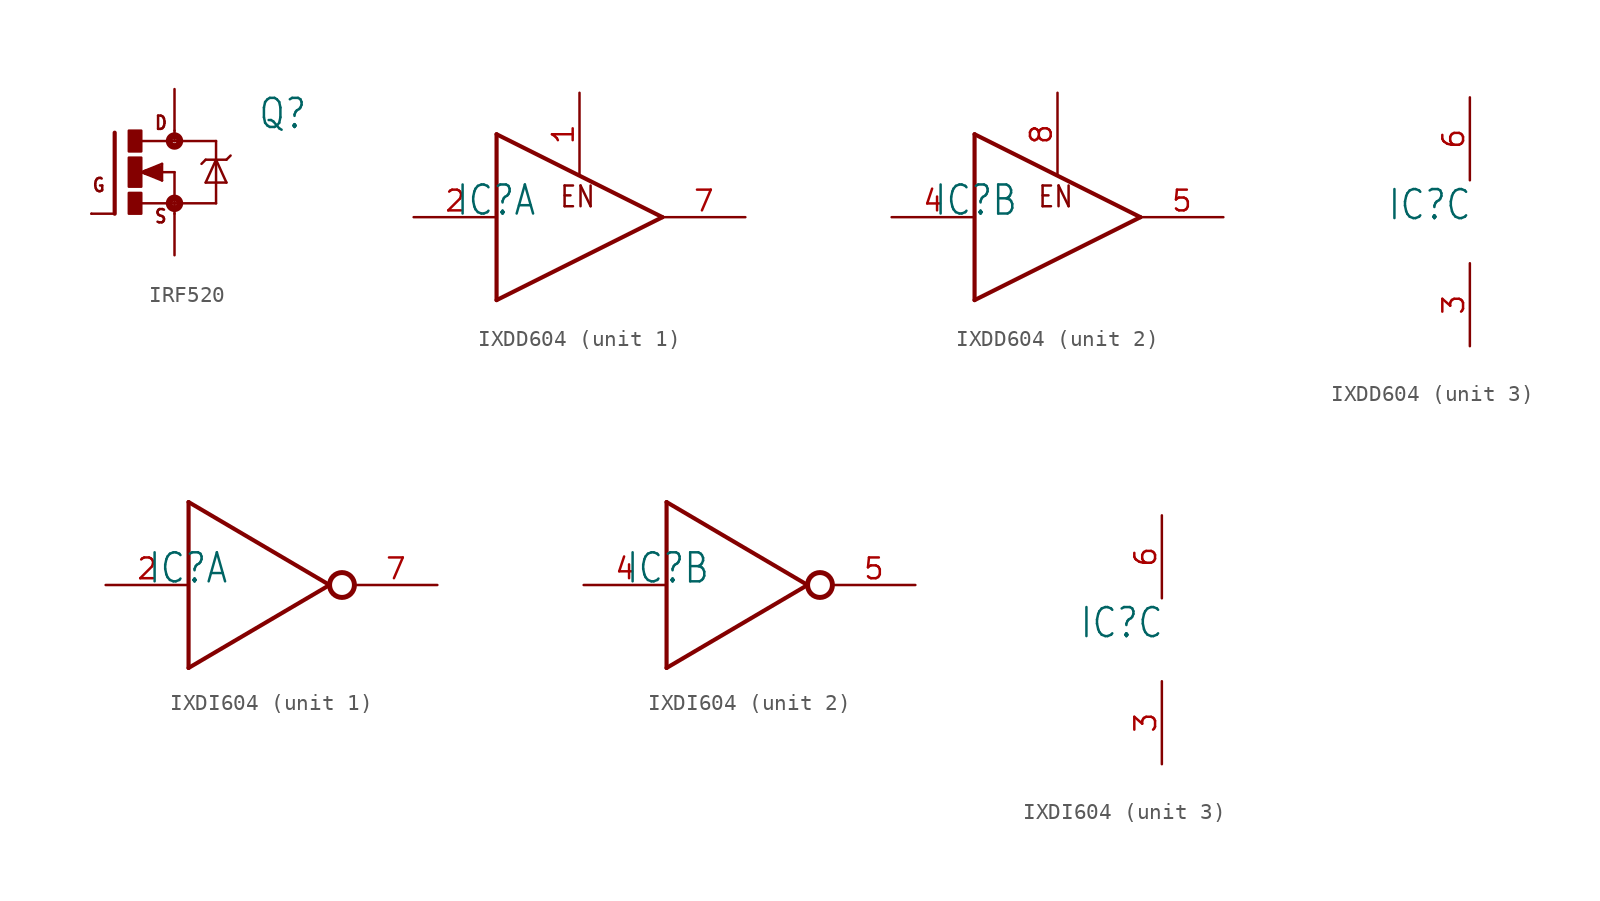
<source format=kicad_sym>
(kicad_symbol_lib
  (version 20231120)
  (generator "kicad_symbol_editor")
  (generator_version "8.0")
  (symbol "IRF520"
    (property "Reference" "Q"
      (at 7.62 2.54 0)
      (effects (font (size 1.778 1.511)) (justify left bottom)))
    (property "Value" ""
      (at 7.62 0 0)
      (effects (font (size 1.778 1.511)) (justify left bottom)))
    (property "ki_locked" ""
      (at 0 0 0)
      (effects (font (size 1.27 1.27))))
    (symbol "IRF520_1_0"
      (rectangle (start -0.254 -2.54) (end 0.508 -1.27) (stroke (width 0) (type default)) (fill (type outline)))
      (rectangle (start -0.254 -0.889) (end 0.508 0.889) (stroke (width 0) (type default)) (fill (type outline)))
      (rectangle (start -0.254 1.27) (end 0.508 2.54) (stroke (width 0) (type default)) (fill (type outline)))
      (polyline (pts (xy -1.118 -2.54) (xy -2.54 -2.54)) (stroke (width 0.152) (type solid)) (fill (type none)))
      (polyline (pts (xy -1.118 2.413) (xy -1.118 -2.54)) (stroke (width 0.254) (type solid)) (fill (type none)))
      (polyline (pts (xy 0.508 -1.905) (xy 2.54 -1.905)) (stroke (width 0.152) (type solid)) (fill (type none)))
      (polyline (pts (xy 0.508 0) (xy 1.778 -0.508)) (stroke (width 0.152) (type solid)) (fill (type none)))
      (polyline (pts (xy 0.762 0) (xy 1.651 -0.254)) (stroke (width 0.305) (type solid)) (fill (type none)))
      (polyline (pts (xy 1.651 -0.254) (xy 1.651 0)) (stroke (width 0.305) (type solid)) (fill (type none)))
      (polyline (pts (xy 1.651 0) (xy 1.397 0)) (stroke (width 0.305) (type solid)) (fill (type none)))
      (polyline (pts (xy 1.651 0) (xy 2.54 0)) (stroke (width 0.152) (type solid)) (fill (type none)))
      (polyline (pts (xy 1.651 0.254) (xy 0.762 0)) (stroke (width 0.305) (type solid)) (fill (type none)))
      (polyline (pts (xy 1.778 -0.508) (xy 1.778 0.508)) (stroke (width 0.152) (type solid)) (fill (type none)))
      (polyline (pts (xy 1.778 0.508) (xy 0.508 0)) (stroke (width 0.152) (type solid)) (fill (type none)))
      (polyline (pts (xy 2.54 -1.905) (xy 2.54 -2.54)) (stroke (width 0.152) (type solid)) (fill (type none)))
      (polyline (pts (xy 2.54 0) (xy 2.54 -1.905)) (stroke (width 0.152) (type solid)) (fill (type none)))
      (polyline (pts (xy 2.54 1.905) (xy 0.533 1.905)) (stroke (width 0.152) (type solid)) (fill (type none)))
      (polyline (pts (xy 2.54 1.905) (xy 5.08 1.905)) (stroke (width 0.152) (type solid)) (fill (type none)))
      (polyline (pts (xy 2.54 2.54) (xy 2.54 1.905)) (stroke (width 0.152) (type solid)) (fill (type none)))
      (polyline (pts (xy 4.445 -0.635) (xy 5.715 -0.635)) (stroke (width 0.152) (type solid)) (fill (type none)))
      (polyline (pts (xy 4.445 0.762) (xy 4.191 0.508)) (stroke (width 0.152) (type solid)) (fill (type none)))
      (polyline (pts (xy 4.445 0.762) (xy 5.08 0.762)) (stroke (width 0.152) (type solid)) (fill (type none)))
      (polyline (pts (xy 5.08 -1.905) (xy 2.54 -1.905)) (stroke (width 0.152) (type solid)) (fill (type none)))
      (polyline (pts (xy 5.08 0.762) (xy 4.445 -0.635)) (stroke (width 0.152) (type solid)) (fill (type none)))
      (polyline (pts (xy 5.08 0.762) (xy 5.08 -1.905)) (stroke (width 0.152) (type solid)) (fill (type none)))
      (polyline (pts (xy 5.08 0.762) (xy 5.715 0.762)) (stroke (width 0.152) (type solid)) (fill (type none)))
      (polyline (pts (xy 5.08 1.905) (xy 5.08 0.762)) (stroke (width 0.152) (type solid)) (fill (type none)))
      (polyline (pts (xy 5.715 -0.635) (xy 5.08 0.762)) (stroke (width 0.152) (type solid)) (fill (type none)))
      (polyline (pts (xy 5.715 0.762) (xy 5.969 1.016)) (stroke (width 0.152) (type solid)) (fill (type none)))
      (circle (center 2.54 -1.905) (radius 0.127) (stroke (width 0.406) (type solid)) (fill (type none)))
      (circle (center 2.54 1.905) (radius 0.127) (stroke (width 0.406) (type solid)) (fill (type none)))
      (text "D" (at 1.27 2.54 0) (effects (font (size 0.813 0.691)) (justify left bottom)))
      (text "G" (at -2.54 -1.27 0) (effects (font (size 0.813 0.691)) (justify left bottom)))
      (text "S" (at 1.27 -3.175 0) (effects (font (size 0.813 0.691)) (justify left bottom)))
      (pin passive line (at 2.54 5.08 270) (length 2.54) (name "D" (effects (font (size 0 0)))) (number "D" (effects (font (size 0 0)))))
      (pin passive line (at -2.54 -2.54 0) (length 0) (name "G" (effects (font (size 0 0)))) (number "G" (effects (font (size 0 0)))))
      (pin passive line (at 2.54 -5.08 90) (length 2.54) (name "S" (effects (font (size 0 0)))) (number "S" (effects (font (size 0 0)))))))
  (symbol "IXDD604"
    (property "Reference" "IC"
      (at -5.08 0 0)
      (effects (font (size 1.778 1.511)) (justify left bottom)))
    (property "ki_locked" ""
      (at 0 0 0)
      (effects (font (size 1.27 1.27))))
    (symbol "IXDD604_1_0"
      (polyline (pts (xy -2.54 -5.08) (xy 7.62 0)) (stroke (width 0.254) (type solid)) (fill (type none)))
      (polyline (pts (xy -2.54 5.08) (xy -2.54 -5.08)) (stroke (width 0.254) (type solid)) (fill (type none)))
      (polyline (pts (xy 7.62 0) (xy -2.54 5.08)) (stroke (width 0.254) (type solid)) (fill (type none)))
      (text "EN" (at 1.27 0.508 0) (effects (font (size 1.27 1.079)) (justify left bottom)))
      (pin bidirectional line (at 2.54 7.62 270) (length 5.08) (name "ENA" (effects (font (size 0 0)))) (number "1" (effects (font (size 1.27 1.27)))))
      (pin bidirectional line (at -7.62 0 0) (length 5.08) (name "IN" (effects (font (size 0 0)))) (number "2" (effects (font (size 1.27 1.27)))))
      (pin bidirectional line (at 12.7 0 180) (length 5.08) (name "OUT" (effects (font (size 0 0)))) (number "7" (effects (font (size 1.27 1.27))))))
    (symbol "IXDD604_2_0"
      (polyline (pts (xy -2.54 -5.08) (xy 7.62 0)) (stroke (width 0.254) (type solid)) (fill (type none)))
      (polyline (pts (xy -2.54 5.08) (xy -2.54 -5.08)) (stroke (width 0.254) (type solid)) (fill (type none)))
      (polyline (pts (xy 7.62 0) (xy -2.54 5.08)) (stroke (width 0.254) (type solid)) (fill (type none)))
      (text "EN" (at 1.27 0.508 0) (effects (font (size 1.27 1.079)) (justify left bottom)))
      (pin bidirectional line (at -7.62 0 0) (length 5.08) (name "IN" (effects (font (size 0 0)))) (number "4" (effects (font (size 1.27 1.27)))))
      (pin bidirectional line (at 12.7 0 180) (length 5.08) (name "OUT" (effects (font (size 0 0)))) (number "5" (effects (font (size 1.27 1.27)))))
      (pin bidirectional line (at 2.54 7.62 270) (length 5.08) (name "ENA" (effects (font (size 0 0)))) (number "8" (effects (font (size 1.27 1.27))))))
    (symbol "IXDD604_3_0"
      (pin bidirectional line (at 0 -7.62 90) (length 5.08) (name "GND" (effects (font (size 0 0)))) (number "3" (effects (font (size 1.27 1.27)))))
      (pin bidirectional line (at 0 7.62 270) (length 5.08) (name "V+" (effects (font (size 0 0)))) (number "6" (effects (font (size 1.27 1.27)))))))
  (symbol "IXDI604"
    (property "Reference" "IC"
      (at -5.08 0 0)
      (effects (font (size 1.778 1.511)) (justify left bottom)))
    (property "ki_locked" ""
      (at 0 0 0)
      (effects (font (size 1.27 1.27))))
    (symbol "IXDI604_1_0"
      (polyline (pts (xy -2.54 -5.08) (xy 6.096 0)) (stroke (width 0.254) (type solid)) (fill (type none)))
      (polyline (pts (xy -2.54 5.08) (xy -2.54 -5.08)) (stroke (width 0.254) (type solid)) (fill (type none)))
      (polyline (pts (xy 6.096 0) (xy -2.54 5.08)) (stroke (width 0.254) (type solid)) (fill (type none)))
      (circle (center 6.858 0) (radius 0.762) (stroke (width 0.305) (type solid)) (fill (type none)))
      (pin bidirectional line (at -7.62 0 0) (length 5.08) (name "IN" (effects (font (size 0 0)))) (number "2" (effects (font (size 1.27 1.27)))))
      (pin bidirectional line (at 12.7 0 180) (length 5.08) (name "OUT" (effects (font (size 0 0)))) (number "7" (effects (font (size 1.27 1.27))))))
    (symbol "IXDI604_2_0"
      (polyline (pts (xy -2.54 -5.08) (xy 6.096 0)) (stroke (width 0.254) (type solid)) (fill (type none)))
      (polyline (pts (xy -2.54 5.08) (xy -2.54 -5.08)) (stroke (width 0.254) (type solid)) (fill (type none)))
      (polyline (pts (xy 6.096 0) (xy -2.54 5.08)) (stroke (width 0.254) (type solid)) (fill (type none)))
      (circle (center 6.858 0) (radius 0.762) (stroke (width 0.305) (type solid)) (fill (type none)))
      (pin bidirectional line (at -7.62 0 0) (length 5.08) (name "IN" (effects (font (size 0 0)))) (number "4" (effects (font (size 1.27 1.27)))))
      (pin bidirectional line (at 12.7 0 180) (length 5.08) (name "OUT" (effects (font (size 0 0)))) (number "5" (effects (font (size 1.27 1.27))))))
    (symbol "IXDI604_3_0"
      (pin bidirectional line (at 0 -7.62 90) (length 5.08) (name "GND" (effects (font (size 0 0)))) (number "3" (effects (font (size 1.27 1.27)))))
      (pin bidirectional line (at 0 7.62 270) (length 5.08) (name "V+" (effects (font (size 0 0)))) (number "6" (effects (font (size 1.27 1.27))))))))
</source>
